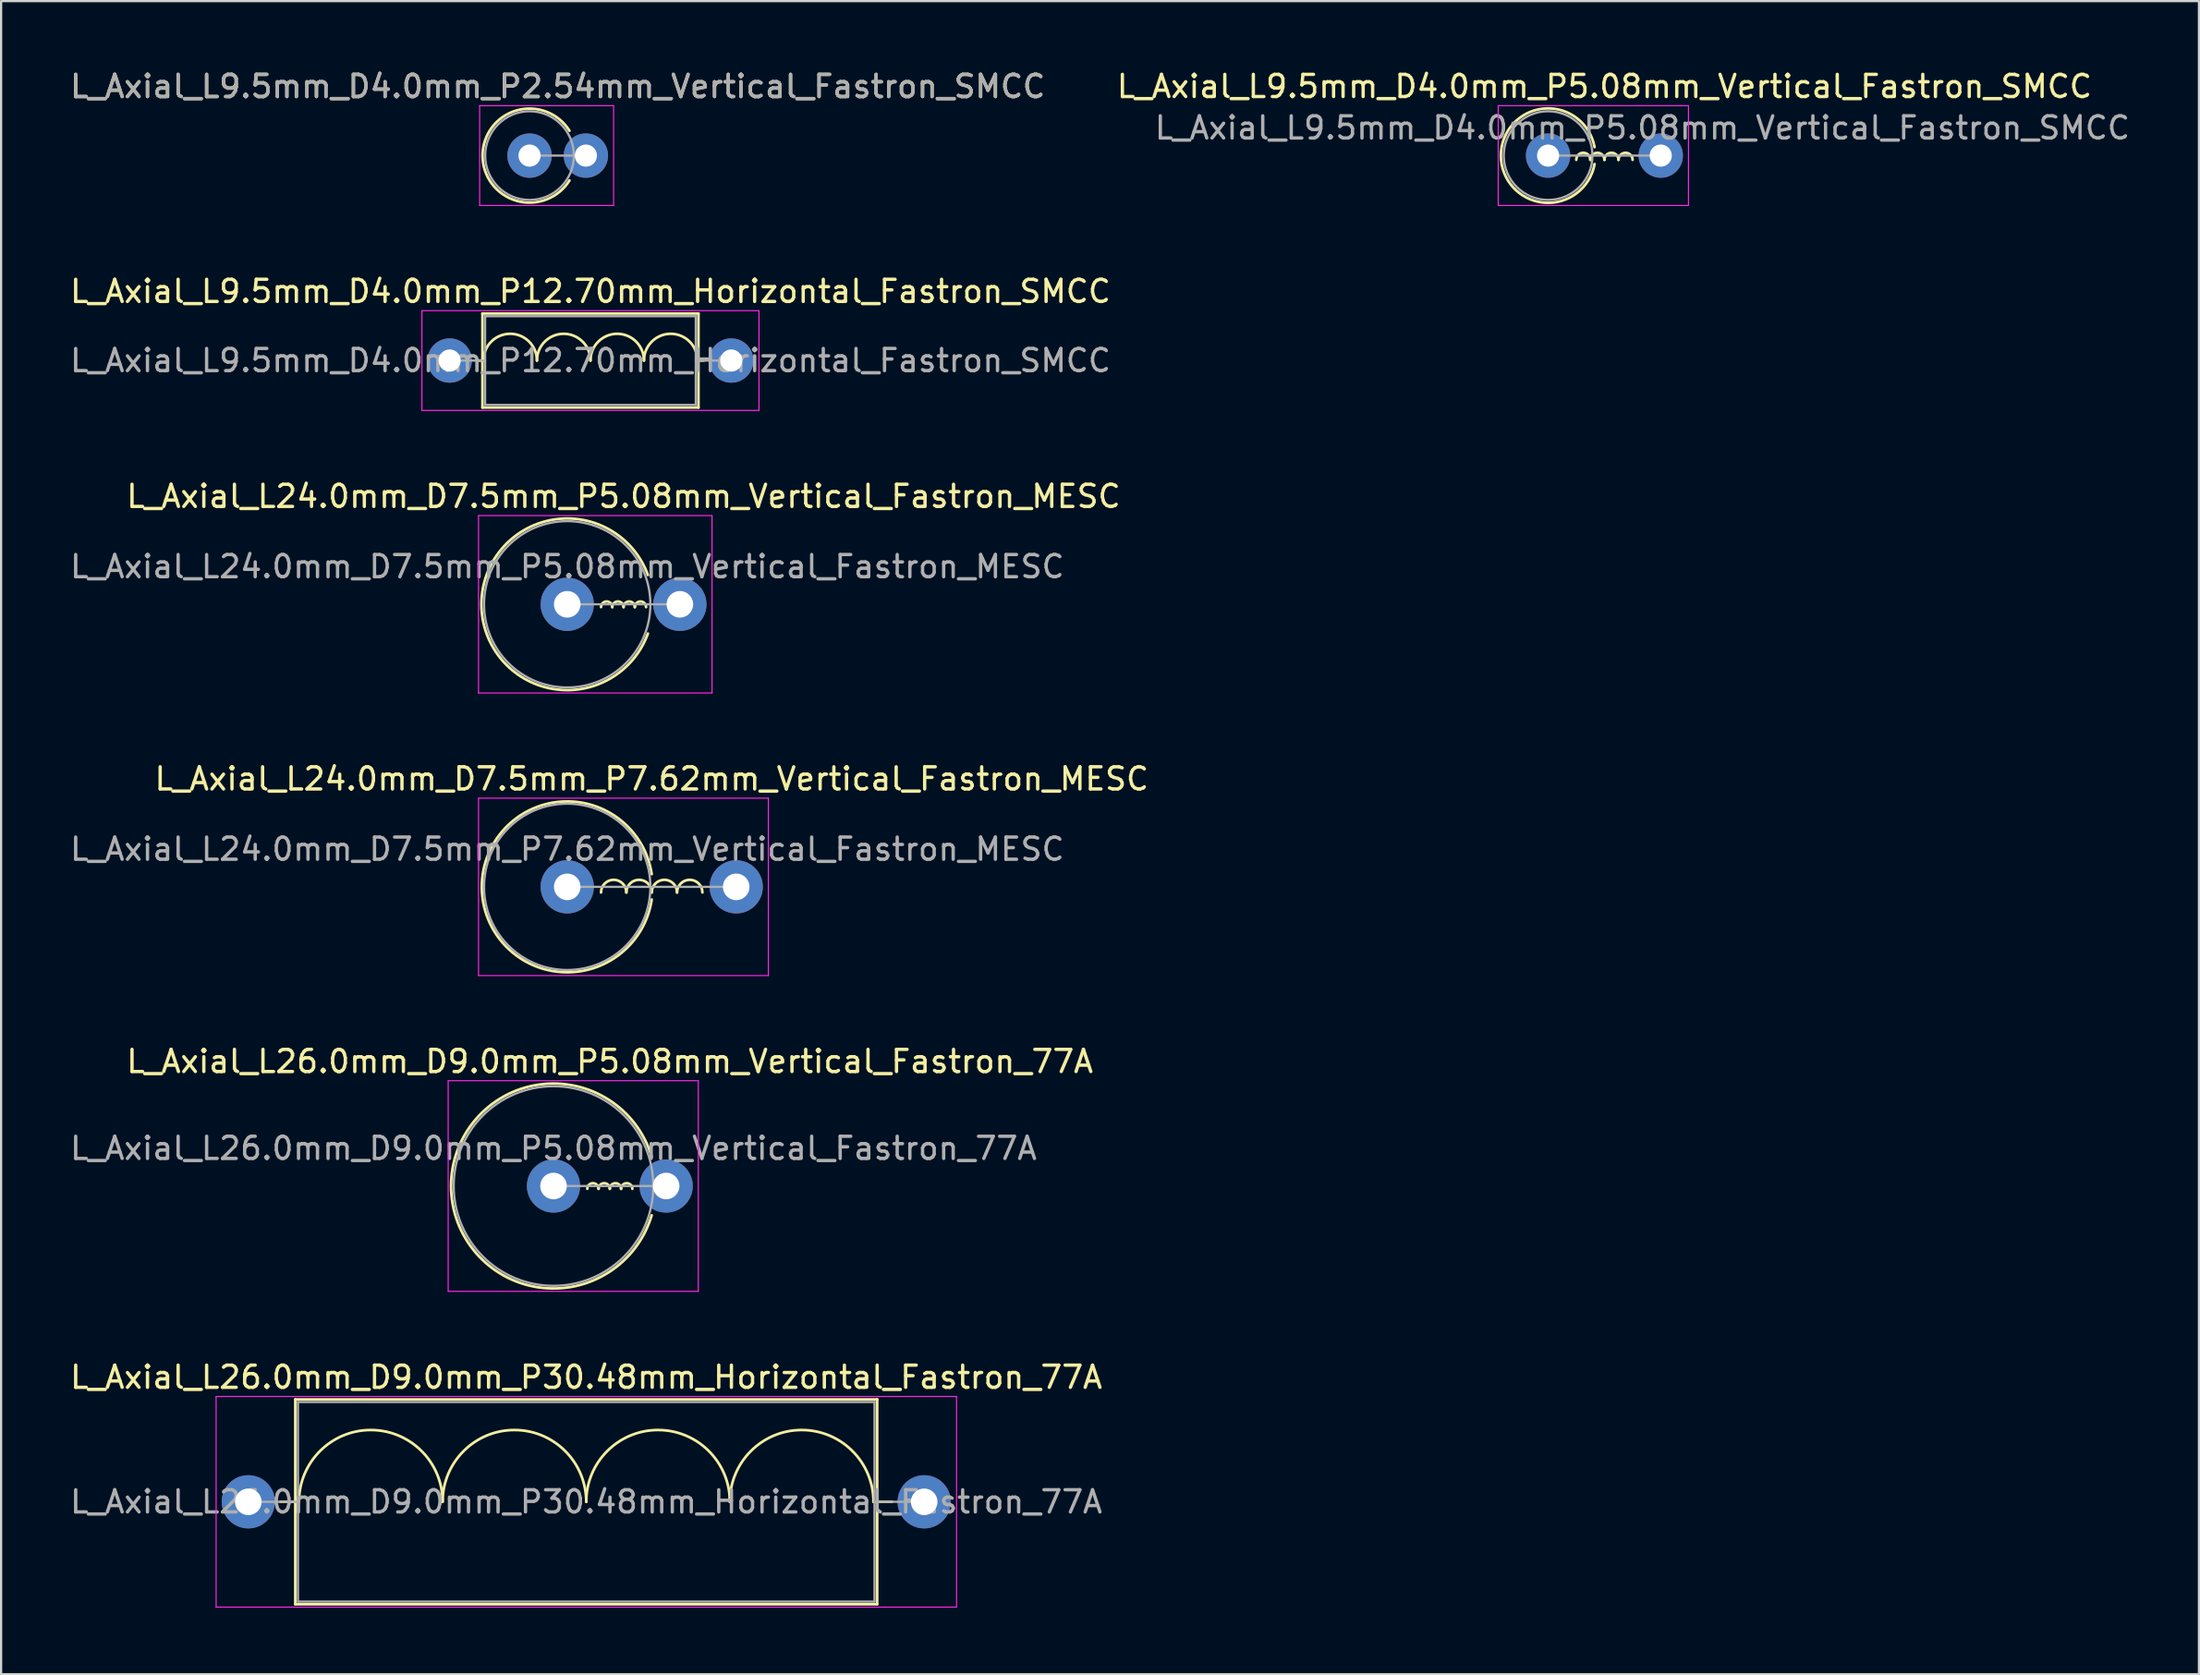
<source format=kicad_pcb>
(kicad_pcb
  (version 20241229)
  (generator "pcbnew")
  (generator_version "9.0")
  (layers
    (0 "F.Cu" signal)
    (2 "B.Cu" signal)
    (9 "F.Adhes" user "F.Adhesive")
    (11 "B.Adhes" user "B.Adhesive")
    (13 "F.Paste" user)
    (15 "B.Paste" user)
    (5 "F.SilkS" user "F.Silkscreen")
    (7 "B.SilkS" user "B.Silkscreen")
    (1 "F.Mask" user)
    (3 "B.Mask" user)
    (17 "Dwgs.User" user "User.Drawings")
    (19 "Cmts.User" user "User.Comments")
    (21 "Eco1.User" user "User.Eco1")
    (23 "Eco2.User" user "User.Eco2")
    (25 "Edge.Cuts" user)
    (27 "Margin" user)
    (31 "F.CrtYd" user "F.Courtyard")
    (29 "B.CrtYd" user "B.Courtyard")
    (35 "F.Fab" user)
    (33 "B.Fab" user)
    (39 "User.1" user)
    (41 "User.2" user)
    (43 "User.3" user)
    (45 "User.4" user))
  (footprint "L_Axial_L9.5mm_D4.0mm_P5.08mm_Vertical_Fastron_SMCC"
    (layer "F.Cu")
    (at 66.764 3.968)
    (property "Reference" "L_Axial_L9.5mm_D4.0mm_P5.08mm_Vertical_Fastron_SMCC" (at 2.54 -3.12 0) (layer "F.SilkS") (effects (font (size 1 1) (thickness 0.15))))
    (attr through_hole)
    (fp_arc (start 1.27 0.1905) (mid 1.5875 -0.127) (end 1.905 0.1905) (stroke (width 0.12) (type solid)) (layer "F.SilkS"))
    (fp_arc (start 1.905 0.1905) (mid 2.2225 -0.127) (end 2.54 0.1905) (stroke (width 0.12) (type solid)) (layer "F.SilkS"))
    (fp_arc (start 2.0955 0.381) (mid -2.129855 0) (end 2.0955 -0.381) (stroke (width 0.12) (type solid)) (layer "F.SilkS"))
    (fp_arc (start 2.54 0.1905) (mid 2.8575 -0.127) (end 3.175 0.1905) (stroke (width 0.12) (type solid)) (layer "F.SilkS"))
    (fp_arc (start 3.175 0.1905) (mid 3.4925 -0.127) (end 3.81 0.1905) (stroke (width 0.12) (type solid)) (layer "F.SilkS"))
    (fp_line (start -2.25 -2.25) (end -2.25 2.25) (stroke (width 0.05) (type solid)) (layer "F.CrtYd"))
    (fp_line (start -2.25 2.25) (end 6.33 2.25) (stroke (width 0.05) (type solid)) (layer "F.CrtYd"))
    (fp_line (start 6.33 -2.25) (end -2.25 -2.25) (stroke (width 0.05) (type solid)) (layer "F.CrtYd"))
    (fp_line (start 6.33 2.25) (end 6.33 -2.25) (stroke (width 0.05) (type solid)) (layer "F.CrtYd"))
    (fp_line (start 0 0) (end 5.08 0) (stroke (width 0.1) (type solid)) (layer "F.Fab"))
    (fp_circle (center 0 0) (end 2 0) (stroke (width 0.1) (type solid)) (fill no) (layer "F.Fab"))
    (fp_text user "${REFERENCE}" (at 4.25 -1.25 0) (layer "F.Fab") (effects (font (size 1 1) (thickness 0.15))))
    (pad "1" thru_hole circle (at 0 0) (size 2 2) (drill 1) (layers "*.Cu" "*.Mask"))
    (pad "2" thru_hole oval (at 5.08 0) (size 2 2) (drill 1) (layers "*.Cu" "*.Mask")))
  (footprint "L_Axial_L26.0mm_D9.0mm_P30.48mm_Horizontal_Fastron_77A"
    (layer "F.Cu")
    (at 8.147 64.684)
    (property "Reference" "L_Axial_L26.0mm_D9.0mm_P30.48mm_Horizontal_Fastron_77A" (at 15.24 -5.62 0) (layer "F.SilkS") (effects (font (size 1 1) (thickness 0.15))))
    (attr through_hole)
    (fp_line (start 1.44 0) (end 2.12 0) (stroke (width 0.12) (type solid)) (layer "F.SilkS"))
    (fp_line (start 2.12 -4.62) (end 2.12 4.62) (stroke (width 0.12) (type solid)) (layer "F.SilkS"))
    (fp_line (start 2.12 4.62) (end 28.36 4.62) (stroke (width 0.12) (type solid)) (layer "F.SilkS"))
    (fp_line (start 2.286 0) (end 2.12 0) (stroke (width 0.12) (type solid)) (layer "F.SilkS"))
    (fp_line (start 28.194 0) (end 28.321 0) (stroke (width 0.12) (type solid)) (layer "F.SilkS"))
    (fp_line (start 28.321 0) (end 28.36 0) (stroke (width 0.12) (type solid)) (layer "F.SilkS"))
    (fp_line (start 28.36 -4.62) (end 2.12 -4.62) (stroke (width 0.12) (type solid)) (layer "F.SilkS"))
    (fp_line (start 28.36 4.62) (end 28.36 -4.62) (stroke (width 0.12) (type solid)) (layer "F.SilkS"))
    (fp_line (start 29.04 0) (end 28.36 0) (stroke (width 0.12) (type solid)) (layer "F.SilkS"))
    (fp_arc (start 2.286 0) (mid 5.5245 -3.2385) (end 8.763 0) (stroke (width 0.12) (type solid)) (layer "F.SilkS"))
    (fp_arc (start 8.763 0) (mid 12.0015 -3.2385) (end 15.24 0) (stroke (width 0.12) (type solid)) (layer "F.SilkS"))
    (fp_arc (start 15.24 0) (mid 18.4785 -3.2385) (end 21.717 0) (stroke (width 0.12) (type solid)) (layer "F.SilkS"))
    (fp_arc (start 21.717 0) (mid 24.9555 -3.2385) (end 28.194 0) (stroke (width 0.12) (type solid)) (layer "F.SilkS"))
    (fp_line (start -1.45 -4.75) (end -1.45 4.75) (stroke (width 0.05) (type solid)) (layer "F.CrtYd"))
    (fp_line (start -1.45 4.75) (end 31.94 4.75) (stroke (width 0.05) (type solid)) (layer "F.CrtYd"))
    (fp_line (start 31.94 -4.75) (end -1.45 -4.75) (stroke (width 0.05) (type solid)) (layer "F.CrtYd"))
    (fp_line (start 31.94 4.75) (end 31.94 -4.75) (stroke (width 0.05) (type solid)) (layer "F.CrtYd"))
    (fp_line (start 0 0) (end 2.24 0) (stroke (width 0.1) (type solid)) (layer "F.Fab"))
    (fp_line (start 2.24 -4.5) (end 2.24 4.5) (stroke (width 0.1) (type solid)) (layer "F.Fab"))
    (fp_line (start 2.24 4.5) (end 28.24 4.5) (stroke (width 0.1) (type solid)) (layer "F.Fab"))
    (fp_line (start 28.24 -4.5) (end 2.24 -4.5) (stroke (width 0.1) (type solid)) (layer "F.Fab"))
    (fp_line (start 28.24 4.5) (end 28.24 -4.5) (stroke (width 0.1) (type solid)) (layer "F.Fab"))
    (fp_line (start 30.48 0) (end 28.24 0) (stroke (width 0.1) (type solid)) (layer "F.Fab"))
    (fp_text user "${REFERENCE}" (at 15.24 0 0) (layer "F.Fab") (effects (font (size 1 1) (thickness 0.15))))
    (pad "1" thru_hole circle (at 0 0) (size 2.4 2.4) (drill 1.2) (layers "*.Cu" "*.Mask"))
    (pad "2" thru_hole oval (at 30.48 0) (size 2.4 2.4) (drill 1.2) (layers "*.Cu" "*.Mask")))
  (footprint "L_Axial_L26.0mm_D9.0mm_P5.08mm_Vertical_Fastron_77A"
    (layer "F.Cu")
    (at 21.911 50.441)
    (property "Reference" "L_Axial_L26.0mm_D9.0mm_P5.08mm_Vertical_Fastron_77A" (at 2.54 -5.62 0) (layer "F.SilkS") (effects (font (size 1 1) (thickness 0.15))))
    (attr through_hole)
    (fp_arc (start 1.524 0.127) (mid 1.778 -0.127) (end 2.032 0.127) (stroke (width 0.12) (type solid)) (layer "F.SilkS"))
    (fp_arc (start 2.032 0.127) (mid 2.286 -0.127) (end 2.54 0.127) (stroke (width 0.12) (type solid)) (layer "F.SilkS"))
    (fp_arc (start 2.54 0.127) (mid 2.794 -0.127) (end 3.048 0.127) (stroke (width 0.12) (type solid)) (layer "F.SilkS"))
    (fp_arc (start 3.048 0.127) (mid 3.302 -0.127) (end 3.556 0.127) (stroke (width 0.12) (type solid)) (layer "F.SilkS"))
    (fp_arc (start 4.427415 1.32) (mid -4.62 0) (end 4.427415 -1.32) (stroke (width 0.12) (type solid)) (layer "F.SilkS"))
    (fp_line (start -4.75 -4.75) (end -4.75 4.75) (stroke (width 0.05) (type solid)) (layer "F.CrtYd"))
    (fp_line (start -4.75 4.75) (end 6.53 4.75) (stroke (width 0.05) (type solid)) (layer "F.CrtYd"))
    (fp_line (start 6.53 -4.75) (end -4.75 -4.75) (stroke (width 0.05) (type solid)) (layer "F.CrtYd"))
    (fp_line (start 6.53 4.75) (end 6.53 -4.75) (stroke (width 0.05) (type solid)) (layer "F.CrtYd"))
    (fp_line (start 0 0) (end 5.08 0) (stroke (width 0.1) (type solid)) (layer "F.Fab"))
    (fp_circle (center 0 0) (end 4.5 0) (stroke (width 0.1) (type solid)) (fill no) (layer "F.Fab"))
    (fp_text user "${REFERENCE}" (at 0 -1.7 0) (layer "F.Fab") (effects (font (size 1 1) (thickness 0.15))))
    (pad "1" thru_hole circle (at 0 0) (size 2.4 2.4) (drill 1.2) (layers "*.Cu" "*.Mask"))
    (pad "2" thru_hole oval (at 5.08 0) (size 2.4 2.4) (drill 1.2) (layers "*.Cu" "*.Mask")))
  (footprint "L_Axial_L9.5mm_D4.0mm_P12.70mm_Horizontal_Fastron_SMCC"
    (layer "F.Cu")
    (at 17.227 13.211)
    (property "Reference" "L_Axial_L9.5mm_D4.0mm_P12.70mm_Horizontal_Fastron_SMCC" (at 6.35 -3.12 0) (layer "F.SilkS") (effects (font (size 1 1) (thickness 0.15))))
    (attr through_hole)
    (fp_line (start 1.24 0) (end 1.48 0) (stroke (width 0.12) (type solid)) (layer "F.SilkS"))
    (fp_line (start 1.48 -2.12) (end 1.48 2.12) (stroke (width 0.12) (type solid)) (layer "F.SilkS"))
    (fp_line (start 1.48 2.12) (end 11.22 2.12) (stroke (width 0.12) (type solid)) (layer "F.SilkS"))
    (fp_line (start 1.524 0) (end 1.46 0) (stroke (width 0.12) (type solid)) (layer "F.SilkS"))
    (fp_line (start 11.176 0) (end 11.22 0) (stroke (width 0.12) (type solid)) (layer "F.SilkS"))
    (fp_line (start 11.22 -2.12) (end 1.48 -2.12) (stroke (width 0.12) (type solid)) (layer "F.SilkS"))
    (fp_line (start 11.22 2.12) (end 11.22 -2.12) (stroke (width 0.12) (type solid)) (layer "F.SilkS"))
    (fp_line (start 11.46 0) (end 11.22 0) (stroke (width 0.12) (type solid)) (layer "F.SilkS"))
    (fp_arc (start 1.524 0) (mid 2.7305 -1.2065) (end 3.937 0) (stroke (width 0.12) (type solid)) (layer "F.SilkS"))
    (fp_arc (start 3.937 0) (mid 5.1435 -1.2065) (end 6.35 0) (stroke (width 0.12) (type solid)) (layer "F.SilkS"))
    (fp_arc (start 6.35 0) (mid 7.5565 -1.2065) (end 8.763 0) (stroke (width 0.12) (type solid)) (layer "F.SilkS"))
    (fp_arc (start 8.763 0) (mid 9.9695 -1.2065) (end 11.176 0) (stroke (width 0.12) (type solid)) (layer "F.SilkS"))
    (fp_line (start -1.25 -2.25) (end -1.25 2.25) (stroke (width 0.05) (type solid)) (layer "F.CrtYd"))
    (fp_line (start -1.25 2.25) (end 13.95 2.25) (stroke (width 0.05) (type solid)) (layer "F.CrtYd"))
    (fp_line (start 13.95 -2.25) (end -1.25 -2.25) (stroke (width 0.05) (type solid)) (layer "F.CrtYd"))
    (fp_line (start 13.95 2.25) (end 13.95 -2.25) (stroke (width 0.05) (type solid)) (layer "F.CrtYd"))
    (fp_line (start 0 0) (end 1.6 0) (stroke (width 0.1) (type solid)) (layer "F.Fab"))
    (fp_line (start 1.6 -2) (end 1.6 2) (stroke (width 0.1) (type solid)) (layer "F.Fab"))
    (fp_line (start 1.6 2) (end 11.1 2) (stroke (width 0.1) (type solid)) (layer "F.Fab"))
    (fp_line (start 11.1 -2) (end 1.6 -2) (stroke (width 0.1) (type solid)) (layer "F.Fab"))
    (fp_line (start 11.1 2) (end 11.1 -2) (stroke (width 0.1) (type solid)) (layer "F.Fab"))
    (fp_line (start 12.7 0) (end 11.1 0) (stroke (width 0.1) (type solid)) (layer "F.Fab"))
    (fp_text user "${REFERENCE}" (at 6.35 0 0) (layer "F.Fab") (effects (font (size 1 1) (thickness 0.15))))
    (pad "1" thru_hole circle (at 0 0) (size 2 2) (drill 1) (layers "*.Cu" "*.Mask"))
    (pad "2" thru_hole oval (at 12.7 0) (size 2 2) (drill 1) (layers "*.Cu" "*.Mask")))
  (footprint "L_Axial_L24.0mm_D7.5mm_P7.62mm_Vertical_Fastron_MESC"
    (layer "F.Cu")
    (at 22.53 36.948)
    (property "Reference" "L_Axial_L24.0mm_D7.5mm_P7.62mm_Vertical_Fastron_MESC" (at 3.81 -4.87 0) (layer "F.SilkS") (effects (font (size 1 1) (thickness 0.15))))
    (attr through_hole)
    (fp_arc (start 1.524 0.254) (mid 2.0955 -0.3175) (end 2.667 0.254) (stroke (width 0.12) (type solid)) (layer "F.SilkS"))
    (fp_arc (start 2.667 0.254) (mid 3.2385 -0.3175) (end 3.81 0.254) (stroke (width 0.12) (type solid)) (layer "F.SilkS"))
    (fp_arc (start 3.81 0.254) (mid 4.3815 -0.3175) (end 4.953 0.254) (stroke (width 0.12) (type solid)) (layer "F.SilkS"))
    (fp_arc (start 3.81 0.5715) (mid -3.852624 0) (end 3.81 -0.5715) (stroke (width 0.12) (type solid)) (layer "F.SilkS"))
    (fp_arc (start 4.953 0.254) (mid 5.5245 -0.3175) (end 6.096 0.254) (stroke (width 0.12) (type solid)) (layer "F.SilkS"))
    (fp_line (start -4 -4) (end -4 4) (stroke (width 0.05) (type solid)) (layer "F.CrtYd"))
    (fp_line (start -4 4) (end 9.07 4) (stroke (width 0.05) (type solid)) (layer "F.CrtYd"))
    (fp_line (start 9.07 -4) (end -4 -4) (stroke (width 0.05) (type solid)) (layer "F.CrtYd"))
    (fp_line (start 9.07 4) (end 9.07 -4) (stroke (width 0.05) (type solid)) (layer "F.CrtYd"))
    (fp_line (start 0 0) (end 7.62 0) (stroke (width 0.1) (type solid)) (layer "F.Fab"))
    (fp_circle (center 0 0) (end 3.75 0) (stroke (width 0.1) (type solid)) (fill no) (layer "F.Fab"))
    (fp_text user "${REFERENCE}" (at 0 -1.7 0) (layer "F.Fab") (effects (font (size 1 1) (thickness 0.15))))
    (pad "1" thru_hole circle (at 0 0) (size 2.4 2.4) (drill 1.2) (layers "*.Cu" "*.Mask"))
    (pad "2" thru_hole oval (at 7.62 0) (size 2.4 2.4) (drill 1.2) (layers "*.Cu" "*.Mask")))
  (footprint "L_Axial_L9.5mm_D4.0mm_P2.54mm_Vertical_Fastron_SMCC"
    (layer "F.Cu")
    (at 20.831 3.968)
    (property "Reference" "L_Axial_L9.5mm_D4.0mm_P2.54mm_Vertical_Fastron_SMCC" (at 1.27 -3.12 0) (layer "F.SilkS") (effects (font (size 1 1) (thickness 0.15))))
    (attr through_hole)
    (fp_arc (start 1.8 1.12) (mid -2.12 0) (end 1.8 -1.12) (stroke (width 0.12) (type solid)) (layer "F.SilkS"))
    (fp_line (start -2.25 -2.25) (end -2.25 2.25) (stroke (width 0.05) (type solid)) (layer "F.CrtYd"))
    (fp_line (start -2.25 2.25) (end 3.79 2.25) (stroke (width 0.05) (type solid)) (layer "F.CrtYd"))
    (fp_line (start 3.79 -2.25) (end -2.25 -2.25) (stroke (width 0.05) (type solid)) (layer "F.CrtYd"))
    (fp_line (start 3.79 2.25) (end 3.79 -2.25) (stroke (width 0.05) (type solid)) (layer "F.CrtYd"))
    (fp_line (start 0 0) (end 2.54 0) (stroke (width 0.1) (type solid)) (layer "F.Fab"))
    (fp_circle (center 0 0) (end 2 0) (stroke (width 0.1) (type solid)) (fill no) (layer "F.Fab"))
    (fp_text user "${REFERENCE}" (at 1.27 -3.12 0) (layer "F.Fab") (effects (font (size 1 1) (thickness 0.15))))
    (pad "1" thru_hole circle (at 0 0) (size 2 2) (drill 1) (layers "*.Cu" "*.Mask"))
    (pad "2" thru_hole oval (at 2.54 0) (size 2 2) (drill 1) (layers "*.Cu" "*.Mask")))
  (footprint "L_Axial_L24.0mm_D7.5mm_P5.08mm_Vertical_Fastron_MESC"
    (layer "F.Cu")
    (at 22.53 24.205)
    (property "Reference" "L_Axial_L24.0mm_D7.5mm_P5.08mm_Vertical_Fastron_MESC" (at 2.54 -4.87 0) (layer "F.SilkS") (effects (font (size 1 1) (thickness 0.15))))
    (attr through_hole)
    (fp_arc (start 1.524 0.127) (mid 1.778 -0.127) (end 2.032 0.127) (stroke (width 0.12) (type solid)) (layer "F.SilkS"))
    (fp_arc (start 2.032 0.127) (mid 2.286 -0.127) (end 2.54 0.127) (stroke (width 0.12) (type solid)) (layer "F.SilkS"))
    (fp_arc (start 2.54 0.127) (mid 2.794 -0.127) (end 3.048 0.127) (stroke (width 0.12) (type solid)) (layer "F.SilkS"))
    (fp_arc (start 3.048 0.127) (mid 3.302 -0.127) (end 3.556 0.127) (stroke (width 0.12) (type solid)) (layer "F.SilkS"))
    (fp_arc (start 3.637925 1.32) (mid -3.87 0) (end 3.637925 -1.32) (stroke (width 0.12) (type solid)) (layer "F.SilkS"))
    (fp_line (start -4 -4) (end -4 4) (stroke (width 0.05) (type solid)) (layer "F.CrtYd"))
    (fp_line (start -4 4) (end 6.53 4) (stroke (width 0.05) (type solid)) (layer "F.CrtYd"))
    (fp_line (start 6.53 -4) (end -4 -4) (stroke (width 0.05) (type solid)) (layer "F.CrtYd"))
    (fp_line (start 6.53 4) (end 6.53 -4) (stroke (width 0.05) (type solid)) (layer "F.CrtYd"))
    (fp_line (start 0 0) (end 5.08 0) (stroke (width 0.1) (type solid)) (layer "F.Fab"))
    (fp_circle (center 0 0) (end 3.75 0) (stroke (width 0.1) (type solid)) (fill no) (layer "F.Fab"))
    (fp_text user "${REFERENCE}" (at 0 -1.7 0) (layer "F.Fab") (effects (font (size 1 1) (thickness 0.15))))
    (pad "1" thru_hole circle (at 0 0) (size 2.4 2.4) (drill 1.2) (layers "*.Cu" "*.Mask"))
    (pad "2" thru_hole oval (at 5.08 0) (size 2.4 2.4) (drill 1.2) (layers "*.Cu" "*.Mask")))
  (gr_rect
    (start -3 -3)
    (end 96.115 72.46)
    (stroke (width 0.1) (type default))
    (fill no)
    (layer "Edge.Cuts")))
</source>
